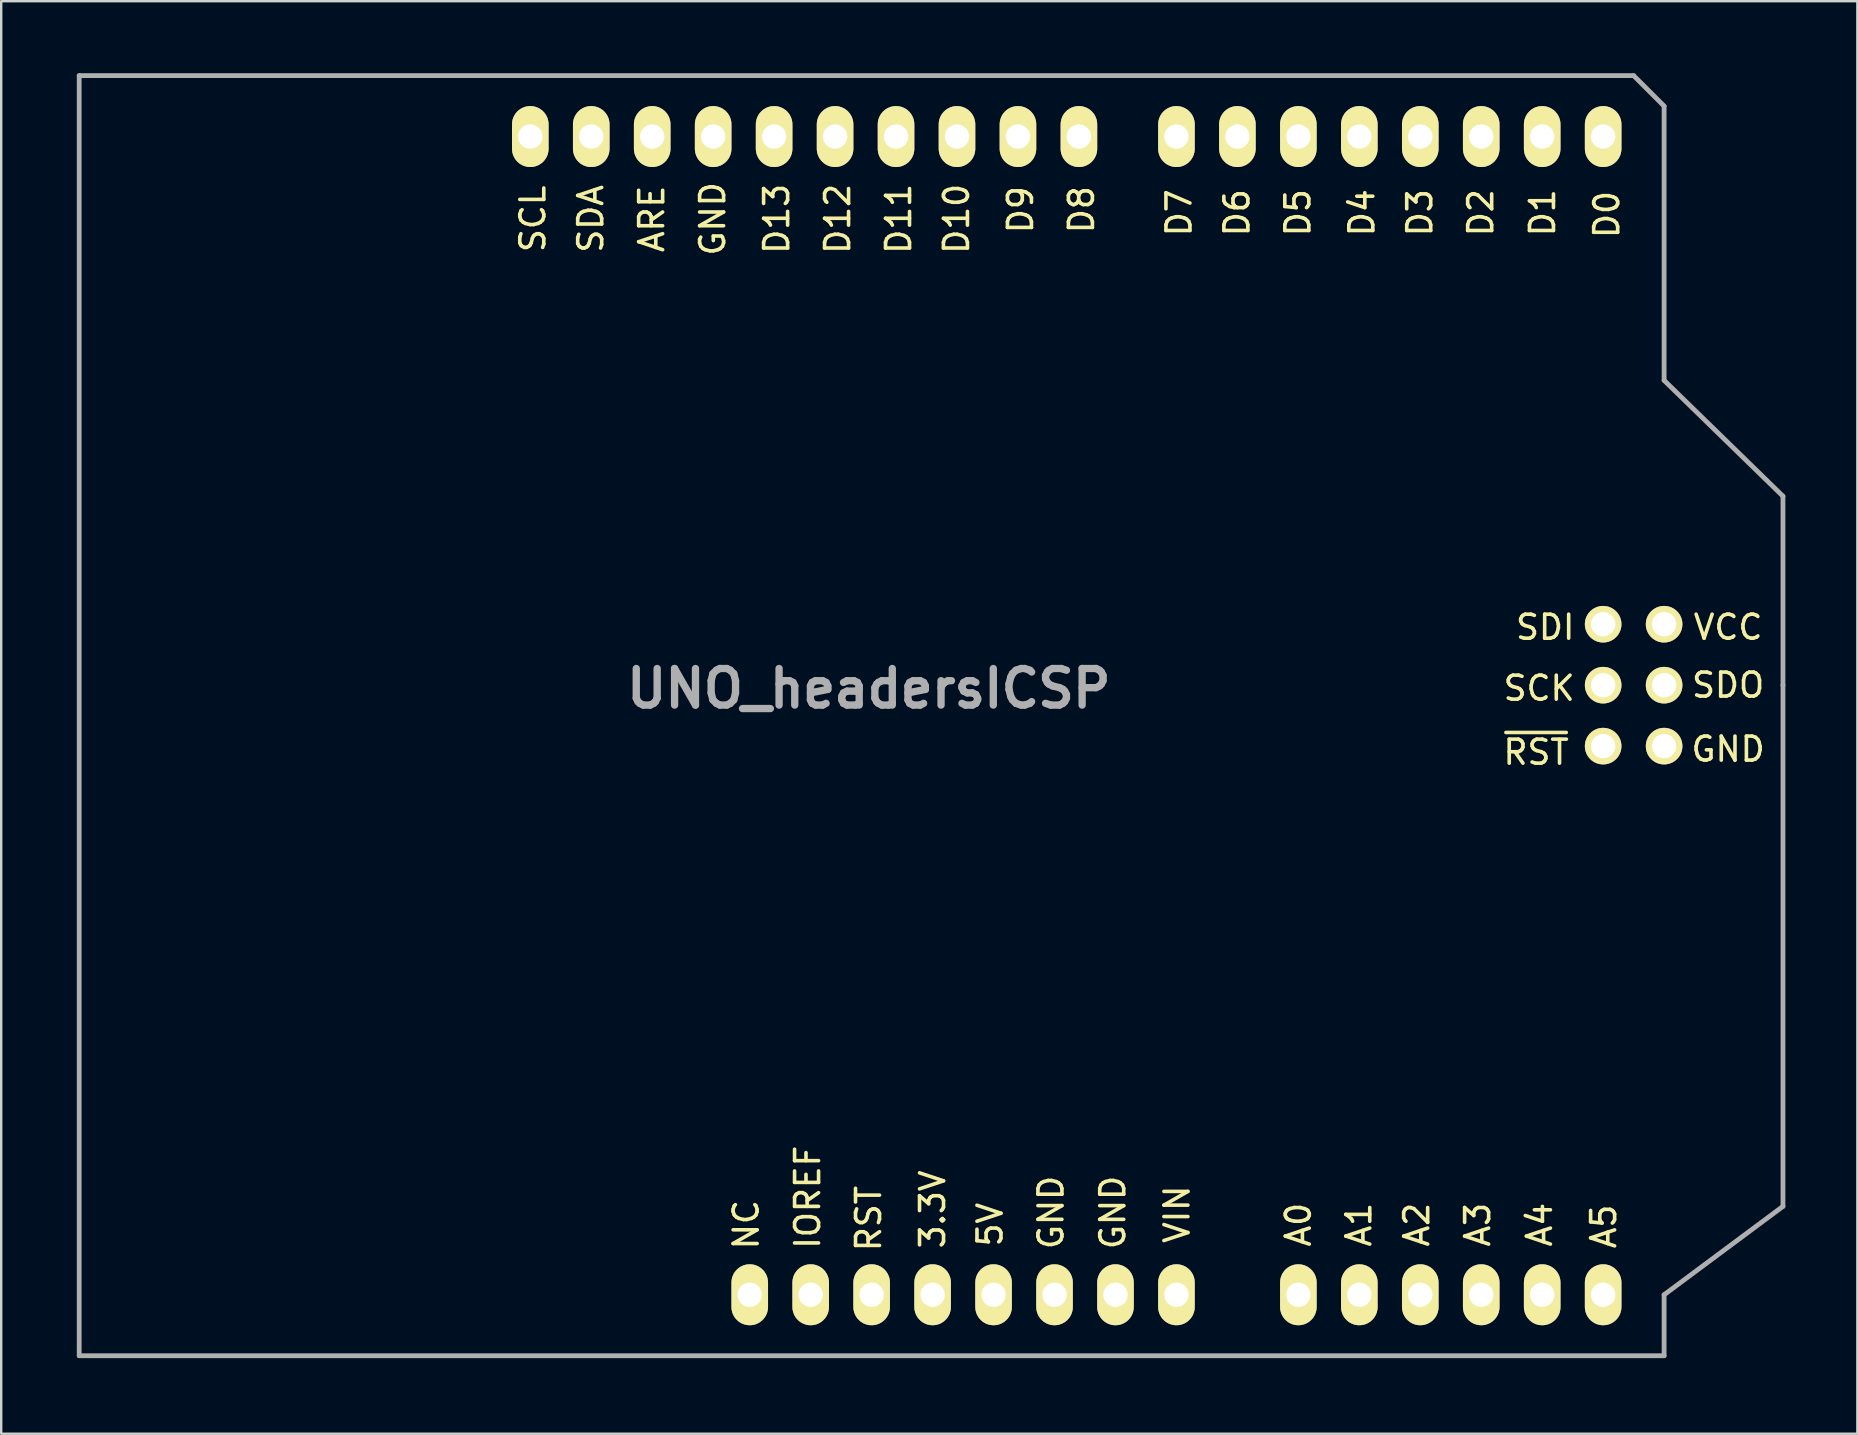
<source format=kicad_pcb>
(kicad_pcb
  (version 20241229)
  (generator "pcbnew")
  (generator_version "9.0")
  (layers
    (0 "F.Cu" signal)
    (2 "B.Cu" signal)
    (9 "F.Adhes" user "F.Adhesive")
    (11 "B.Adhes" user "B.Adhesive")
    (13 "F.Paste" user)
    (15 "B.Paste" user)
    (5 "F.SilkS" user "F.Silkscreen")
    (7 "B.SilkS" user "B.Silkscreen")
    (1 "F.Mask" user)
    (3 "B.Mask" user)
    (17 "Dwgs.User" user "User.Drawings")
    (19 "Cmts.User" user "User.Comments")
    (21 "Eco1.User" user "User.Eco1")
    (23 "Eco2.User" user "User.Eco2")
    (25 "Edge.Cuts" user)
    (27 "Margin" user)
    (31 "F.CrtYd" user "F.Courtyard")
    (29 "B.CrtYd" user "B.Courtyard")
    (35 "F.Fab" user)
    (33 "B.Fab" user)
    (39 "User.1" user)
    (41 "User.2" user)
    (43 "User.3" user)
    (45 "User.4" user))
  (footprint "UNO_headersICSP"
    (layer "F.Cu")
    (at 0.25 53.44)
    (property "Reference" "UNO_headersICSP" (at 32.9 -27.8 0) (layer "F.Fab") (effects (font (size 1.524 1.524) (thickness 0.305))))
    (attr through_hole)
    (fp_line (start 0 0) (end 0 -53.34) (stroke (width 0.2) (type solid)) (layer "F.Fab"))
    (fp_line (start 0 0) (end 66.04 0) (stroke (width 0.2) (type solid)) (layer "F.Fab"))
    (fp_line (start 64.77 -53.34) (end 0 -53.34) (stroke (width 0.2) (type solid)) (layer "F.Fab"))
    (fp_line (start 66.04 -52.07) (end 64.77 -53.34) (stroke (width 0.2) (type solid)) (layer "F.Fab"))
    (fp_line (start 66.04 -40.64) (end 66.04 -52.07) (stroke (width 0.2) (type solid)) (layer "F.Fab"))
    (fp_line (start 66.04 -40.64) (end 70.993 -35.814) (stroke (width 0.2) (type solid)) (layer "F.Fab"))
    (fp_line (start 66.04 -2.54) (end 66.04 0) (stroke (width 0.2) (type solid)) (layer "F.Fab"))
    (fp_line (start 66.04 -2.54) (end 70.993 -6.223) (stroke (width 0.2) (type solid)) (layer "F.Fab"))
    (fp_line (start 70.993 -35.814) (end 70.993 -27.94) (stroke (width 0.2) (type solid)) (layer "F.Fab"))
    (fp_line (start 70.993 -27.94) (end 70.993 -6.223) (stroke (width 0.2) (type solid)) (layer "F.Fab"))
    (fp_text user "A4" (at 60.848 -5.461 90) (layer "F.SilkS") (effects (font (size 1 1) (thickness 0.15))))
    (fp_text user "D9" (at 39.223 -47.752 90) (layer "F.SilkS") (effects (font (size 1 1) (thickness 0.15))))
    (fp_text user "D10" (at 36.556 -47.371 90) (layer "F.SilkS") (effects (font (size 1 1) (thickness 0.15))))
    (fp_text user "SCL" (at 18.903 -47.371 90) (layer "F.SilkS") (effects (font (size 1 1) (thickness 0.15))))
    (fp_text user "D3" (at 55.86 -47.625 90) (layer "F.SilkS") (effects (font (size 1 1) (thickness 0.15))))
    (fp_text user "SCK" (at 60.833 -27.813 0) (layer "F.SilkS") (effects (font (size 1 1) (thickness 0.15))))
    (fp_text user "D7" (at 45.827 -47.625 90) (layer "F.SilkS") (effects (font (size 1 1) (thickness 0.15))))
    (fp_text user "3.3V" (at 35.56 -6.096 90) (layer "F.SilkS") (effects (font (size 1 1) (thickness 0.15))))
    (fp_text user "A5" (at 63.523 -5.386 90) (layer "F.SilkS") (effects (font (size 1 1) (thickness 0.15))))
    (fp_text user "5V" (at 37.953 -5.461 90) (layer "F.SilkS") (effects (font (size 1 1) (thickness 0.15))))
    (fp_text user "D11" (at 34.143 -47.371 90) (layer "F.SilkS") (effects (font (size 1 1) (thickness 0.15))))
    (fp_text user "SDI" (at 61.087 -30.353 0) (layer "F.SilkS") (effects (font (size 1 1) (thickness 0.15))))
    (fp_text user "ARE" (at 23.856 -47.371 90) (layer "F.SilkS") (effects (font (size 1 1) (thickness 0.15))))
    (fp_text user "D13" (at 29.063 -47.371 90) (layer "F.SilkS") (effects (font (size 1 1) (thickness 0.15))))
    (fp_text user "NC" (at 27.793 -5.461 90) (layer "F.SilkS") (effects (font (size 1 1) (thickness 0.15))))
    (fp_text user "~{RST}" (at 60.706 -25.146 0) (layer "F.SilkS") (effects (font (size 1 1) (thickness 0.15))))
    (fp_text user "D8" (at 41.763 -47.752 90) (layer "F.SilkS") (effects (font (size 1 1) (thickness 0.15))))
    (fp_text user "D2" (at 58.4 -47.625 90) (layer "F.SilkS") (effects (font (size 1 1) (thickness 0.15))))
    (fp_text user "A0" (at 50.8 -5.461 90) (layer "F.SilkS") (effects (font (size 1 1) (thickness 0.15))))
    (fp_text user "RST" (at 32.893 -5.715 90) (layer "F.SilkS") (effects (font (size 1 1) (thickness 0.15))))
    (fp_text user "VIN" (at 45.743 -5.894 90) (layer "F.SilkS") (effects (font (size 1 1) (thickness 0.15))))
    (fp_text user "A3" (at 58.273 -5.461 90) (layer "F.SilkS") (effects (font (size 1 1) (thickness 0.15))))
    (fp_text user "D1" (at 60.975 -47.625 90) (layer "F.SilkS") (effects (font (size 1 1) (thickness 0.15))))
    (fp_text user "D6" (at 48.24 -47.625 90) (layer "F.SilkS") (effects (font (size 1 1) (thickness 0.15))))
    (fp_text user "GND" (at 68.707 -25.273 0) (layer "F.SilkS") (effects (font (size 1 1) (thickness 0.15))))
    (fp_text user "GND" (at 43.068 -5.969 90) (layer "F.SilkS") (effects (font (size 1 1) (thickness 0.15))))
    (fp_text user "A2" (at 55.733 -5.461 90) (layer "F.SilkS") (effects (font (size 1 1) (thickness 0.15))))
    (fp_text user "SDO" (at 68.707 -27.94 0) (layer "F.SilkS") (effects (font (size 1 1) (thickness 0.15))))
    (fp_text user "D5" (at 50.78 -47.625 90) (layer "F.SilkS") (effects (font (size 1 1) (thickness 0.15))))
    (fp_text user "VCC" (at 68.707 -30.353 0) (layer "F.SilkS") (effects (font (size 1 1) (thickness 0.15))))
    (fp_text user "GND" (at 26.396 -47.371 90) (layer "F.SilkS") (effects (font (size 1 1) (thickness 0.15))))
    (fp_text user "IOREF" (at 30.353 -6.604 90) (layer "F.SilkS") (effects (font (size 1 1) (thickness 0.15))))
    (fp_text user "A1" (at 53.32 -5.461 90) (layer "F.SilkS") (effects (font (size 1 1) (thickness 0.15))))
    (fp_text user "D4" (at 53.447 -47.625 90) (layer "F.SilkS") (effects (font (size 1 1) (thickness 0.15))))
    (fp_text user "D0" (at 63.65 -47.55 90) (layer "F.SilkS") (effects (font (size 1 1) (thickness 0.15))))
    (fp_text user "D12" (at 31.603 -47.371 90) (layer "F.SilkS") (effects (font (size 1 1) (thickness 0.15))))
    (fp_text user "SDA" (at 21.316 -47.371 90) (layer "F.SilkS") (effects (font (size 1 1) (thickness 0.15))))
    (fp_text user "GND" (at 40.493 -5.969 90) (layer "F.SilkS") (effects (font (size 1 1) (thickness 0.15))))
    (pad "3V3" thru_hole oval (at 35.56 -2.54 90) (size 2.54 1.524) (drill 1.016) (layers "*.Cu" "*.Mask" "F.SilkS"))
    (pad "5V" thru_hole oval (at 38.1 -2.54 90) (size 2.54 1.524) (drill 1.016) (layers "*.Cu" "*.Mask" "F.SilkS"))
    (pad "A0" thru_hole oval (at 50.8 -2.54 90) (size 2.54 1.524) (drill 1.016) (layers "*.Cu" "*.Mask" "F.SilkS"))
    (pad "A1" thru_hole oval (at 53.34 -2.54 90) (size 2.54 1.524) (drill 1.016) (layers "*.Cu" "*.Mask" "F.SilkS"))
    (pad "A2" thru_hole oval (at 55.88 -2.54 90) (size 2.54 1.524) (drill 1.016) (layers "*.Cu" "*.Mask" "F.SilkS"))
    (pad "A3" thru_hole oval (at 58.42 -2.54 90) (size 2.54 1.524) (drill 1.016) (layers "*.Cu" "*.Mask" "F.SilkS"))
    (pad "A4" thru_hole oval (at 60.96 -2.54 90) (size 2.54 1.524) (drill 1.016) (layers "*.Cu" "*.Mask" "F.SilkS"))
    (pad "A5" thru_hole oval (at 63.5 -2.54 90) (size 2.54 1.524) (drill 1.016) (layers "*.Cu" "*.Mask" "F.SilkS"))
    (pad "AREF" thru_hole oval (at 23.876 -50.8 90) (size 2.54 1.524) (drill 1.016) (layers "*.Cu" "*.Mask" "F.SilkS"))
    (pad "D0" thru_hole oval (at 63.5 -50.8 90) (size 2.54 1.524) (drill 1.016) (layers "*.Cu" "*.Mask" "F.SilkS"))
    (pad "D1" thru_hole oval (at 60.96 -50.8 90) (size 2.54 1.524) (drill 1.016) (layers "*.Cu" "*.Mask" "F.SilkS"))
    (pad "D2" thru_hole oval (at 58.42 -50.8 90) (size 2.54 1.524) (drill 1.016) (layers "*.Cu" "*.Mask" "F.SilkS"))
    (pad "D3" thru_hole oval (at 55.88 -50.8 90) (size 2.54 1.524) (drill 1.016) (layers "*.Cu" "*.Mask" "F.SilkS"))
    (pad "D4" thru_hole oval (at 53.34 -50.8 90) (size 2.54 1.524) (drill 1.016) (layers "*.Cu" "*.Mask" "F.SilkS"))
    (pad "D5" thru_hole oval (at 50.8 -50.8 90) (size 2.54 1.524) (drill 1.016) (layers "*.Cu" "*.Mask" "F.SilkS"))
    (pad "D6" thru_hole oval (at 48.26 -50.8 90) (size 2.54 1.524) (drill 1.016) (layers "*.Cu" "*.Mask" "F.SilkS"))
    (pad "D7" thru_hole oval (at 45.72 -50.8 90) (size 2.54 1.524) (drill 1.016) (layers "*.Cu" "*.Mask" "F.SilkS"))
    (pad "D8" thru_hole oval (at 41.656 -50.8 90) (size 2.54 1.524) (drill 1.016) (layers "*.Cu" "*.Mask" "F.SilkS"))
    (pad "D9" thru_hole oval (at 39.116 -50.8 90) (size 2.54 1.524) (drill 1.016) (layers "*.Cu" "*.Mask" "F.SilkS"))
    (pad "D10" thru_hole oval (at 36.576 -50.8 90) (size 2.54 1.524) (drill 1.016) (layers "*.Cu" "*.Mask" "F.SilkS"))
    (pad "D11" thru_hole oval (at 34.036 -50.8 90) (size 2.54 1.524) (drill 1.016) (layers "*.Cu" "*.Mask" "F.SilkS"))
    (pad "D12" thru_hole oval (at 31.496 -50.8 90) (size 2.54 1.524) (drill 1.016) (layers "*.Cu" "*.Mask" "F.SilkS"))
    (pad "D13" thru_hole oval (at 28.956 -50.8 90) (size 2.54 1.524) (drill 1.016) (layers "*.Cu" "*.Mask" "F.SilkS"))
    (pad "GND1" thru_hole oval (at 40.64 -2.54 90) (size 2.54 1.524) (drill 1.016) (layers "*.Cu" "*.Mask" "F.SilkS"))
    (pad "GND2" thru_hole oval (at 43.18 -2.54 90) (size 2.54 1.524) (drill 1.016) (layers "*.Cu" "*.Mask" "F.SilkS"))
    (pad "GND3" thru_hole oval (at 26.416 -50.8 90) (size 2.54 1.524) (drill 1.016) (layers "*.Cu" "*.Mask" "F.SilkS"))
    (pad "IO" thru_hole oval (at 30.48 -2.54 90) (size 2.54 1.524) (drill 1.016) (layers "*.Cu" "*.Mask" "F.SilkS"))
    (pad "NC" thru_hole oval (at 27.94 -2.54 90) (size 2.54 1.524) (drill 1.016) (layers "*.Cu" "*.Mask" "F.SilkS"))
    (pad "RST" thru_hole oval (at 33.02 -2.54 90) (size 2.54 1.524) (drill 1.016) (layers "*.Cu" "*.Mask" "F.SilkS"))
    (pad "SCL" thru_hole oval (at 18.796 -50.8 90) (size 2.54 1.524) (drill 1.016) (layers "*.Cu" "*.Mask" "F.SilkS"))
    (pad "SDA" thru_hole oval (at 21.336 -50.8 90) (size 2.54 1.524) (drill 1.016) (layers "*.Cu" "*.Mask" "F.SilkS"))
    (pad "SP1" thru_hole circle (at 63.5 -30.48 90) (size 1.524 1.524) (drill 1.016) (layers "*.Cu" "*.Mask" "F.SilkS"))
    (pad "SP2" thru_hole circle (at 66.04 -30.48 90) (size 1.524 1.524) (drill 1.016) (layers "*.Cu" "*.Mask" "F.SilkS"))
    (pad "SP3" thru_hole circle (at 63.5 -27.94 90) (size 1.524 1.524) (drill 1.016) (layers "*.Cu" "*.Mask" "F.SilkS"))
    (pad "SP4" thru_hole circle (at 66.04 -27.94 90) (size 1.524 1.524) (drill 1.016) (layers "*.Cu" "*.Mask" "F.SilkS"))
    (pad "SP5" thru_hole circle (at 63.5 -25.4 90) (size 1.524 1.524) (drill 1.016) (layers "*.Cu" "*.Mask" "F.SilkS"))
    (pad "SP6" thru_hole circle (at 66.04 -25.4 90) (size 1.524 1.524) (drill 1.016) (layers "*.Cu" "*.Mask" "F.SilkS"))
    (pad "VIN" thru_hole oval (at 45.72 -2.54 90) (size 2.54 1.524) (drill 1.016) (layers "*.Cu" "*.Mask" "F.SilkS")))
  (gr_rect
    (start -3 -3)
    (end 74.343 56.69)
    (stroke (width 0.1) (type default))
    (fill no)
    (layer "Edge.Cuts")))
</source>
